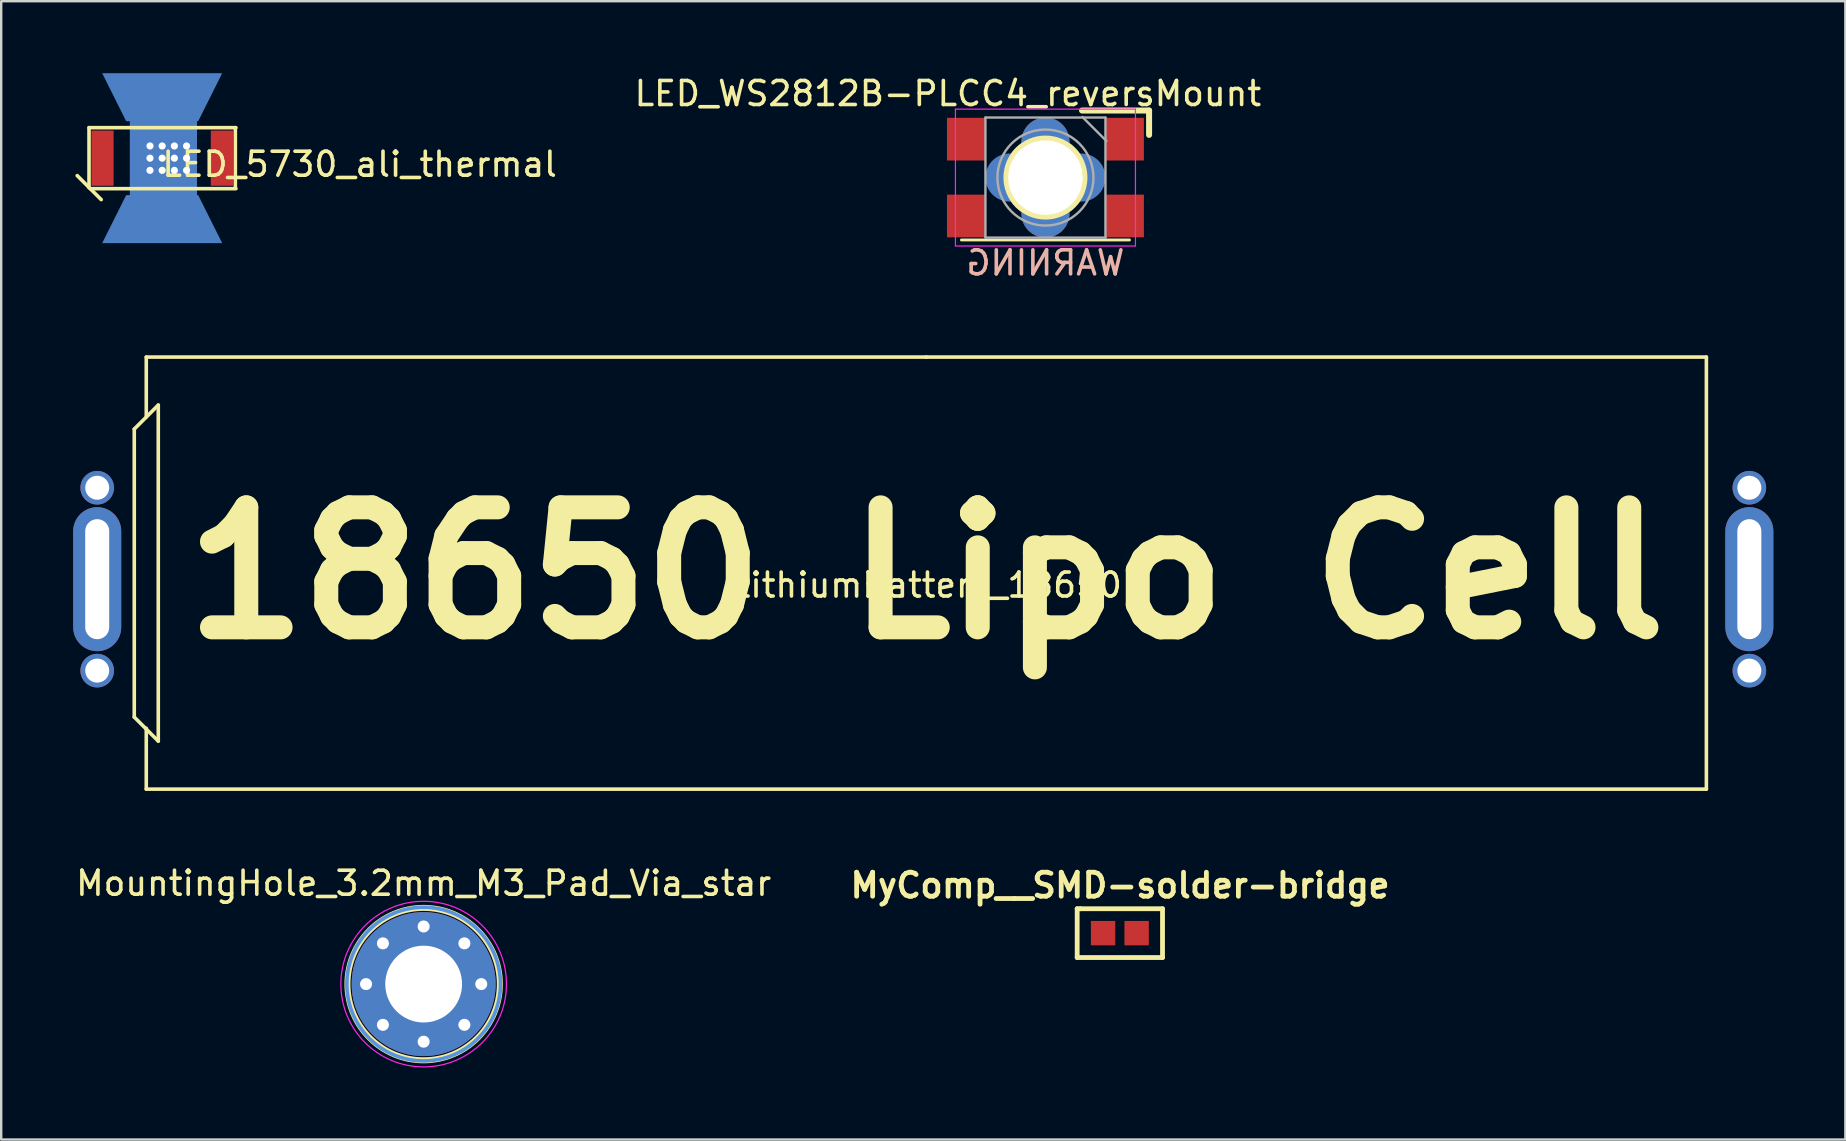
<source format=kicad_pcb>
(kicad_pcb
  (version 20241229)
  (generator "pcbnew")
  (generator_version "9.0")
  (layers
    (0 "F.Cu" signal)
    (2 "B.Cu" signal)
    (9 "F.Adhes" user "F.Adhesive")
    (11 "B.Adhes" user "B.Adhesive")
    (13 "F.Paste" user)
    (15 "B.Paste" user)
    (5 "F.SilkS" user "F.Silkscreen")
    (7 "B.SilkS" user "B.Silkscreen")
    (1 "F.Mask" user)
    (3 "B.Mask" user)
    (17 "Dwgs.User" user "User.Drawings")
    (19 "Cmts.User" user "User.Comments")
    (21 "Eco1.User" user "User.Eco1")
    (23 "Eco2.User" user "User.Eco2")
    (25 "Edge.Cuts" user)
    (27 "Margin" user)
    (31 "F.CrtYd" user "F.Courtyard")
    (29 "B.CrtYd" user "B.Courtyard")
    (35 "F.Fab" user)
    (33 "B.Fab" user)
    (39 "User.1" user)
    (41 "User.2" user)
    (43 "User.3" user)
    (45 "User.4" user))
  (footprint "MyComp__SMD-solder-bridge"
    (layer "F.Cu")
    (at 43.607 35.828)
    (property "Reference" "MyComp__SMD-solder-bridge" (at 0.01 -1.99 0) (layer "F.SilkS") (effects (font (size 1 1) (thickness 0.2))))
    (attr through_hole)
    (fp_line (start -1.778 -1.016) (end -1.778 1.016) (stroke (width 0.2) (type solid)) (layer "F.SilkS"))
    (fp_line (start -1.778 1.016) (end 1.778 1.016) (stroke (width 0.2) (type solid)) (layer "F.SilkS"))
    (fp_line (start -1.651 -1.016) (end -1.778 -1.016) (stroke (width 0.2) (type solid)) (layer "F.SilkS"))
    (fp_line (start 1.778 -1.016) (end -1.651 -1.016) (stroke (width 0.2) (type solid)) (layer "F.SilkS"))
    (fp_line (start 1.778 1.016) (end 1.778 -1.016) (stroke (width 0.2) (type solid)) (layer "F.SilkS"))
    (pad "1" smd rect (at -0.699 0) (size 1.016 1.016) (layers "F.Cu" "F.Mask"))
    (pad "2" smd rect (at 0.699 0) (size 1.016 1.016) (layers "F.Cu" "F.Mask")))
  (footprint "LithiumBattery_18650"
    (layer "F.Cu")
    (at 35.544 21.081)
    (property "Reference" "LithiumBattery_18650" (at 0 0.246 0) (layer "F.SilkS") (effects (font (size 1 1) (thickness 0.15))))
    (attr through_hole)
    (fp_line (start -33 -6.254) (end -33 5.746) (stroke (width 0.15) (type solid)) (layer "F.SilkS"))
    (fp_line (start -33 5.746) (end -32 6.746) (stroke (width 0.15) (type solid)) (layer "F.SilkS"))
    (fp_line (start -32.5 -9.254) (end 0 -9.254) (stroke (width 0.15) (type solid)) (layer "F.SilkS"))
    (fp_line (start -32.5 -6.758) (end -32.5 -9.254) (stroke (width 0.15) (type solid)) (layer "F.SilkS"))
    (fp_line (start -32.5 8.746) (end -32.5 6.213) (stroke (width 0.15) (type solid)) (layer "F.SilkS"))
    (fp_line (start -32 -7.254) (end -33 -6.254) (stroke (width 0.15) (type solid)) (layer "F.SilkS"))
    (fp_line (start -32 6.746) (end -32 -7.254) (stroke (width 0.15) (type solid)) (layer "F.SilkS"))
    (fp_line (start 0 -9.254) (end 32.5 -9.254) (stroke (width 0.15) (type solid)) (layer "F.SilkS"))
    (fp_line (start 32.5 -9.254) (end 32.5 8.746) (stroke (width 0.15) (type solid)) (layer "F.SilkS"))
    (fp_line (start 32.5 8.746) (end -32.5 8.746) (stroke (width 0.15) (type solid)) (layer "F.SilkS"))
    (fp_text user "18650 Lipo Cell" (at 0 -0.254 0) (layer "F.SilkS") (effects (font (size 5 5) (thickness 1))))
    (pad "1" thru_hole circle (at 34.29 -3.81 90) (size 1.4 1.4) (drill 1) (layers "*.Cu" "*.Mask"))
    (pad "1" thru_hole oval (at 34.29 0 90) (size 6 2) (drill oval 5 1) (layers "*.Cu" "*.Mask"))
    (pad "1" thru_hole circle (at 34.29 3.81 90) (size 1.4 1.4) (drill 1) (layers "*.Cu" "*.Mask"))
    (pad "2" thru_hole circle (at -34.544 -3.81 90) (size 1.4 1.4) (drill 1) (layers "*.Cu" "*.Mask"))
    (pad "2" thru_hole oval (at -34.544 0 90) (size 6 2) (drill oval 5 1) (layers "*.Cu" "*.Mask"))
    (pad "2" thru_hole circle (at -34.544 3.81 90) (size 1.4 1.4) (drill 1) (layers "*.Cu" "*.Mask")))
  (footprint "LED_5730_ali_thermal"
    (layer "F.Cu")
    (at 3.707 3.54)
    (property "Reference" "LED_5730_ali_thermal" (at 8.224 0.254 0) (layer "F.SilkS") (effects (font (size 1 1) (thickness 0.15))))
    (attr through_hole)
    (fp_line (start -3.632 0) (end -3.302 0) (stroke (width 0.15) (type solid)) (layer "F.Mask"))
    (fp_line (start -3.48 -0.178) (end -3.48 0.203) (stroke (width 0.15) (type solid)) (layer "F.Mask"))
    (fp_line (start -3.54 0.727) (end -2.54 1.727) (stroke (width 0.15) (type solid)) (layer "F.SilkS"))
    (fp_line (start -3.048 -1.27) (end -3.048 1.219) (stroke (width 0.15) (type solid)) (layer "F.SilkS"))
    (fp_line (start -3.048 1.219) (end -3.048 1.219) (stroke (width 0.15) (type solid)) (layer "F.SilkS"))
    (fp_line (start 3.048 -1.27) (end 3.048 1.219) (stroke (width 0.15) (type solid)) (layer "F.SilkS"))
    (fp_line (start 3.073 -1.27) (end -3.048 -1.27) (stroke (width 0.15) (type solid)) (layer "F.SilkS"))
    (fp_line (start 3.073 1.27) (end -2.997 1.27) (stroke (width 0.15) (type solid)) (layer "F.SilkS"))
    (pad "1" smd rect (at -2.487 0) (size 0.925 2.3) (layers "F.Cu" "F.Mask" "F.Paste"))
    (pad "2" smd rect (at 2.487 0) (size 0.925 2.3) (layers "F.Cu" "F.Mask" "F.Paste"))
    (pad "EP" thru_hole circle (at -0.508 -0.508) (size 0.4 0.4) (drill 0.3) (layers "*.Cu" "*.Mask"))
    (pad "EP" thru_hole circle (at -0.508 0) (size 0.4 0.4) (drill 0.3) (layers "*.Cu" "*.Mask"))
    (pad "EP" thru_hole circle (at -0.508 0.508) (size 0.4 0.4) (drill 0.3) (layers "*.Cu" "*.Mask"))
    (pad "EP" smd trapezoid (at 0 -2.54 180) (size 4 2) (rect_delta 0 1) (layers "B.Cu" "B.Mask"))
    (pad "EP" thru_hole circle (at 0 -0.508) (size 0.4 0.4) (drill 0.3) (layers "*.Cu" "*.Mask"))
    (pad "EP" thru_hole circle (at 0 0) (size 0.4 0.4) (drill 0.3) (layers "*.Cu" "*.Mask"))
    (pad "EP" thru_hole circle (at 0 0.508) (size 0.4 0.4) (drill 0.3) (layers "*.Cu" "*.Mask"))
    (pad "EP" smd trapezoid (at 0 2.54) (size 4 2) (rect_delta 0 1) (layers "B.Cu" "B.Mask"))
    (pad "EP" smd rect (at 0.051 0) (size 2.8 5) (layers "B.Cu" "B.Mask"))
    (pad "EP" smd rect (at 0.35 0) (size 2.2 1.5) (layers "F.Cu" "F.Mask" "F.Paste"))
    (pad "EP" thru_hole circle (at 0.508 -0.508) (size 0.4 0.4) (drill 0.3) (layers "*.Cu" "*.Mask"))
    (pad "EP" thru_hole circle (at 0.508 0) (size 0.4 0.4) (drill 0.3) (layers "*.Cu" "*.Mask"))
    (pad "EP" thru_hole circle (at 0.508 0.508) (size 0.4 0.4) (drill 0.3) (layers "*.Cu" "*.Mask"))
    (pad "EP" thru_hole circle (at 1.016 -0.508) (size 0.4 0.4) (drill 0.3) (layers "*.Cu" "*.Mask"))
    (pad "EP" thru_hole circle (at 1.016 0) (size 0.4 0.4) (drill 0.3) (layers "*.Cu" "*.Mask"))
    (pad "EP" thru_hole circle (at 1.016 0.508) (size 0.4 0.4) (drill 0.3) (layers "*.Cu" "*.Mask")))
  (footprint "MountingHole_3.2mm_M3_Pad_Via_star"
    (layer "F.Cu")
    (at 14.601 37.951)
    (property "Reference" "MountingHole_3.2mm_M3_Pad_Via_star" (at 0 -4.2 0) (layer "F.SilkS") (effects (font (size 1 1) (thickness 0.15))))
    (attr through_hole)
    (fp_circle (center 0 0) (end 3.175 0) (stroke (width 0.25) (type solid)) (fill no) (layer "F.SilkS"))
    (fp_circle (center 0 0) (end 3.2 0) (stroke (width 0.15) (type solid)) (fill no) (layer "Cmts.User"))
    (fp_circle (center 0 0) (end 3.45 0) (stroke (width 0.05) (type solid)) (fill no) (layer "F.CrtYd"))
    (pad "" thru_hole circle (at -2.4 0) (size 0.8 0.8) (drill 0.5) (layers "*.Cu" "*.Mask"))
    (pad "" thru_hole circle (at -1.697 -1.697) (size 0.8 0.8) (drill 0.5) (layers "*.Cu" "*.Mask"))
    (pad "" thru_hole circle (at -1.697 1.697) (size 0.8 0.8) (drill 0.5) (layers "*.Cu" "*.Mask"))
    (pad "" thru_hole circle (at 0 -2.4) (size 0.8 0.8) (drill 0.5) (layers "*.Cu" "*.Mask"))
    (pad "" connect circle (at 0 0) (size 4.2 4.2) (layers "*.Mask"))
    (pad "" thru_hole circle (at 0 2.4) (size 0.8 0.8) (drill 0.5) (layers "*.Cu" "*.Mask"))
    (pad "" thru_hole circle (at 1.697 -1.697) (size 0.8 0.8) (drill 0.5) (layers "*.Cu" "*.Mask"))
    (pad "" thru_hole circle (at 1.697 1.697) (size 0.8 0.8) (drill 0.5) (layers "*.Cu" "*.Mask"))
    (pad "" thru_hole circle (at 2.4 0) (size 0.8 0.8) (drill 0.5) (layers "*.Cu" "*.Mask"))
    (pad "1" thru_hole circle (at 0 0) (size 6 6) (drill 3.2) (layers "*.Cu")))
  (footprint "LED_WS2812B-PLCC4_reversMount"
    (layer "F.Cu")
    (at 40.507 4.348)
    (property "Reference" "LED_WS2812B-PLCC4_reversMount" (at -4.064 -3.5 0) (layer "F.SilkS") (effects (font (size 1 1) (thickness 0.15))))
    (attr smd)
    (fp_line (start -3.5 2.6) (end 3.5 2.6) (stroke (width 0.12) (type solid)) (layer "F.SilkS"))
    (fp_line (start 1.524 -2.794) (end 4.318 -2.794) (stroke (width 0.25) (type solid)) (layer "F.SilkS"))
    (fp_line (start 4.318 -1.778) (end 4.318 -2.794) (stroke (width 0.25) (type solid)) (layer "F.SilkS"))
    (fp_line (start -3.75 -2.85) (end -3.75 2.85) (stroke (width 0.05) (type solid)) (layer "F.CrtYd"))
    (fp_line (start -3.75 2.85) (end 3.75 2.85) (stroke (width 0.05) (type solid)) (layer "F.CrtYd"))
    (fp_line (start 3.75 -2.85) (end -3.75 -2.85) (stroke (width 0.05) (type solid)) (layer "F.CrtYd"))
    (fp_line (start 3.75 2.85) (end 3.75 -2.85) (stroke (width 0.05) (type solid)) (layer "F.CrtYd"))
    (fp_line (start -2.5 -2.5) (end -2.5 2.5) (stroke (width 0.1) (type solid)) (layer "F.Fab"))
    (fp_line (start -2.5 2.5) (end 2.5 2.5) (stroke (width 0.1) (type solid)) (layer "F.Fab"))
    (fp_line (start 2.5 -2.5) (end -2.5 -2.5) (stroke (width 0.1) (type solid)) (layer "F.Fab"))
    (fp_line (start 2.5 2.5) (end 2.5 -2.5) (stroke (width 0.1) (type solid)) (layer "F.Fab"))
    (fp_line (start 2.54 -1.524) (end 1.54 -2.524) (stroke (width 0.1) (type solid)) (layer "F.Fab"))
    (fp_circle (center 0 0) (end 0 -2) (stroke (width 0.1) (type solid)) (fill no) (layer "F.Fab"))
    (fp_text user "WARNING" (at 0 3.556 0) (layer "B.SilkS") (effects (font (size 1 1) (thickness 0.15)) (justify mirror)))
    (pad "" thru_hole circle (at 0 0) (size 3.5 3.5) (drill 3.1) (layers "*.Cu" "*.Mask" "F.SilkS"))
    (pad "1" smd rect (at -3.302 1.6) (size 1.6 1.778) (layers "F.Cu" "F.Mask" "F.Paste"))
    (pad "2" smd rect (at -3.302 -1.6) (size 1.6 1.778) (layers "F.Cu" "F.Mask" "F.Paste"))
    (pad "3" smd oval (at 0 0) (size 2 5) (layers "F.Cu" "F.Mask"))
    (pad "3" smd oval (at 0 0 90) (size 2 5) (layers "B.Cu" "B.Mask"))
    (pad "3" smd oval (at 0 0) (size 2 5) (layers "B.Cu" "B.Mask"))
    (pad "3" smd rect (at 3.302 -1.6) (size 1.6 1.778) (layers "F.Cu" "F.Mask" "F.Paste"))
    (pad "4" smd rect (at 3.302 1.6) (size 1.6 1.778) (layers "F.Cu" "F.Mask" "F.Paste")))
  (gr_rect
    (start -3 -3)
    (end 73.834 44.426)
    (stroke (width 0.1) (type default))
    (fill no)
    (layer "Edge.Cuts")))
</source>
